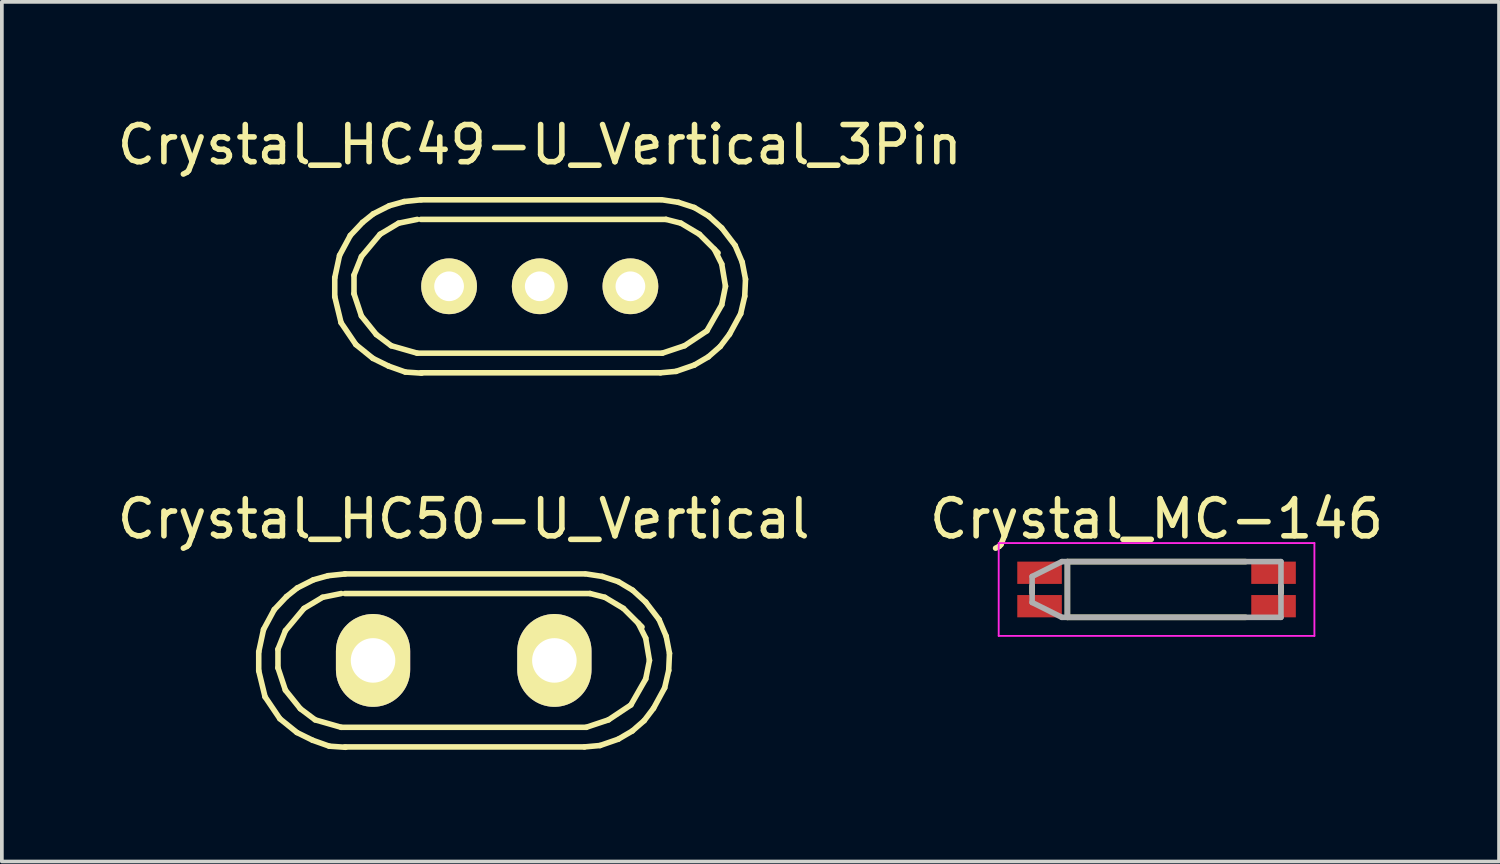
<source format=kicad_pcb>
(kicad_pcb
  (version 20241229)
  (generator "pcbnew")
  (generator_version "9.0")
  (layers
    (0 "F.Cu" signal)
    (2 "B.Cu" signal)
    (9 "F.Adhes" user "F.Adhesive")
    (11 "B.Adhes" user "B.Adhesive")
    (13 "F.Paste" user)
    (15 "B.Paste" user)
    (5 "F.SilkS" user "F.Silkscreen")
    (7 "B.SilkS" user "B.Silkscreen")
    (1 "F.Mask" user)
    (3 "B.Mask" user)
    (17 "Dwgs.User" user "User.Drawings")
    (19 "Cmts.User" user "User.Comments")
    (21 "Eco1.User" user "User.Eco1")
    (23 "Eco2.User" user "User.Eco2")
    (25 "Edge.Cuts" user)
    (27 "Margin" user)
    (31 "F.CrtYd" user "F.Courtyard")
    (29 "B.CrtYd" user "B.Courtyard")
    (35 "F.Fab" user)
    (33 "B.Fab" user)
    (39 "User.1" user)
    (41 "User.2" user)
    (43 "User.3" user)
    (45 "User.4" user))
  (footprint "Crystal_HC50-U_Vertical"
    (layer "F.Cu")
    (at 9.435 14.731)
    (property "Reference" "Crystal_HC50-U_Vertical" (at 0 -3.81 0) (layer "F.SilkS") (effects (font (size 1 1) (thickness 0.15))))
    (attr through_hole)
    (fp_line (start -5.519 -0.231) (end -5.519 0.279) (stroke (width 0.15) (type solid)) (layer "F.SilkS"))
    (fp_line (start -5.519 0.279) (end -5.349 0.98) (stroke (width 0.15) (type solid)) (layer "F.SilkS"))
    (fp_line (start -5.39 -0.831) (end -5.519 -0.231) (stroke (width 0.15) (type solid)) (layer "F.SilkS"))
    (fp_line (start -5.349 0.98) (end -4.95 1.57) (stroke (width 0.15) (type solid)) (layer "F.SilkS"))
    (fp_line (start -5.1 -1.369) (end -5.39 -0.831) (stroke (width 0.15) (type solid)) (layer "F.SilkS"))
    (fp_line (start -5.001 -0.3) (end -4.801 -0.8) (stroke (width 0.15) (type solid)) (layer "F.SilkS"))
    (fp_line (start -5.001 0.201) (end -5.001 -0.3) (stroke (width 0.15) (type solid)) (layer "F.SilkS"))
    (fp_line (start -4.95 1.57) (end -4.491 1.941) (stroke (width 0.15) (type solid)) (layer "F.SilkS"))
    (fp_line (start -4.801 -0.8) (end -4.3 -1.4) (stroke (width 0.15) (type solid)) (layer "F.SilkS"))
    (fp_line (start -4.801 0.8) (end -5.001 0.201) (stroke (width 0.15) (type solid)) (layer "F.SilkS"))
    (fp_line (start -4.77 -1.72) (end -5.1 -1.369) (stroke (width 0.15) (type solid)) (layer "F.SilkS"))
    (fp_line (start -4.491 1.941) (end -4.069 2.149) (stroke (width 0.15) (type solid)) (layer "F.SilkS"))
    (fp_line (start -4.481 -1.951) (end -4.77 -1.72) (stroke (width 0.15) (type solid)) (layer "F.SilkS"))
    (fp_line (start -4.399 1.3) (end -4.801 0.8) (stroke (width 0.15) (type solid)) (layer "F.SilkS"))
    (fp_line (start -4.3 -1.4) (end -3.8 -1.699) (stroke (width 0.15) (type solid)) (layer "F.SilkS"))
    (fp_line (start -4.069 2.149) (end -3.619 2.309) (stroke (width 0.15) (type solid)) (layer "F.SilkS"))
    (fp_line (start -4.049 -2.169) (end -4.481 -1.951) (stroke (width 0.15) (type solid)) (layer "F.SilkS"))
    (fp_line (start -4 1.6) (end -4.399 1.3) (stroke (width 0.15) (type solid)) (layer "F.SilkS"))
    (fp_line (start -3.8 -1.699) (end -3.299 -1.801) (stroke (width 0.15) (type solid)) (layer "F.SilkS"))
    (fp_line (start -3.65 -2.281) (end -4.049 -2.169) (stroke (width 0.15) (type solid)) (layer "F.SilkS"))
    (fp_line (start -3.619 2.309) (end -3.18 2.339) (stroke (width 0.15) (type solid)) (layer "F.SilkS"))
    (fp_line (start -3.299 1.801) (end -4 1.6) (stroke (width 0.15) (type solid)) (layer "F.SilkS"))
    (fp_line (start -3.2 -2.329) (end 3.251 -2.329) (stroke (width 0.15) (type solid)) (layer "F.SilkS"))
    (fp_line (start -3.2 -1.801) (end 3.401 -1.801) (stroke (width 0.15) (type solid)) (layer "F.SilkS"))
    (fp_line (start -3.2 2.329) (end 3.251 2.329) (stroke (width 0.15) (type solid)) (layer "F.SilkS"))
    (fp_line (start -3.19 -2.329) (end -3.65 -2.281) (stroke (width 0.15) (type solid)) (layer "F.SilkS"))
    (fp_line (start 3.251 2.329) (end 3.67 2.291) (stroke (width 0.15) (type solid)) (layer "F.SilkS"))
    (fp_line (start 3.299 1.801) (end -3.299 1.801) (stroke (width 0.15) (type solid)) (layer "F.SilkS"))
    (fp_line (start 3.401 -1.801) (end 3.8 -1.699) (stroke (width 0.15) (type solid)) (layer "F.SilkS"))
    (fp_line (start 3.67 2.291) (end 4.161 2.121) (stroke (width 0.15) (type solid)) (layer "F.SilkS"))
    (fp_line (start 3.731 -2.261) (end 3.289 -2.329) (stroke (width 0.15) (type solid)) (layer "F.SilkS"))
    (fp_line (start 3.8 -1.699) (end 4.3 -1.4) (stroke (width 0.15) (type solid)) (layer "F.SilkS"))
    (fp_line (start 3.899 1.6) (end 3.299 1.801) (stroke (width 0.15) (type solid)) (layer "F.SilkS"))
    (fp_line (start 4.161 -2.121) (end 3.731 -2.261) (stroke (width 0.15) (type solid)) (layer "F.SilkS"))
    (fp_line (start 4.161 2.121) (end 4.539 1.9) (stroke (width 0.15) (type solid)) (layer "F.SilkS"))
    (fp_line (start 4.3 -1.4) (end 4.801 -0.899) (stroke (width 0.15) (type solid)) (layer "F.SilkS"))
    (fp_line (start 4.501 1.199) (end 3.899 1.6) (stroke (width 0.15) (type solid)) (layer "F.SilkS"))
    (fp_line (start 4.539 1.9) (end 4.859 1.621) (stroke (width 0.15) (type solid)) (layer "F.SilkS"))
    (fp_line (start 4.549 -1.89) (end 4.161 -2.121) (stroke (width 0.15) (type solid)) (layer "F.SilkS"))
    (fp_line (start 4.699 -1.001) (end 4.9 -0.599) (stroke (width 0.15) (type solid)) (layer "F.SilkS"))
    (fp_line (start 4.859 1.621) (end 5.11 1.29) (stroke (width 0.15) (type solid)) (layer "F.SilkS"))
    (fp_line (start 4.9 -1.57) (end 4.549 -1.89) (stroke (width 0.15) (type solid)) (layer "F.SilkS"))
    (fp_line (start 4.9 -0.599) (end 5.001 0) (stroke (width 0.15) (type solid)) (layer "F.SilkS"))
    (fp_line (start 4.9 0.5) (end 4.501 1.199) (stroke (width 0.15) (type solid)) (layer "F.SilkS"))
    (fp_line (start 5.001 0) (end 4.9 0.5) (stroke (width 0.15) (type solid)) (layer "F.SilkS"))
    (fp_line (start 5.11 1.29) (end 5.41 0.739) (stroke (width 0.15) (type solid)) (layer "F.SilkS"))
    (fp_line (start 5.26 -1.1) (end 4.9 -1.57) (stroke (width 0.15) (type solid)) (layer "F.SilkS"))
    (fp_line (start 5.41 0.739) (end 5.519 0.269) (stroke (width 0.15) (type solid)) (layer "F.SilkS"))
    (fp_line (start 5.451 -0.65) (end 5.26 -1.1) (stroke (width 0.15) (type solid)) (layer "F.SilkS"))
    (fp_line (start 5.519 0.269) (end 5.54 -0.191) (stroke (width 0.15) (type solid)) (layer "F.SilkS"))
    (fp_line (start 5.54 -0.191) (end 5.451 -0.65) (stroke (width 0.15) (type solid)) (layer "F.SilkS"))
    (pad "1" thru_hole oval (at -2.441 0) (size 1.999 2.499) (drill 1.199) (layers "*.Cu" "*.Mask" "F.SilkS"))
    (pad "2" thru_hole oval (at 2.441 0) (size 1.999 2.499) (drill 1.199) (layers "*.Cu" "*.Mask" "F.SilkS")))
  (footprint "Crystal_HC49-U_Vertical_3Pin"
    (layer "F.Cu")
    (at 11.482 4.658)
    (property "Reference" "Crystal_HC49-U_Vertical_3Pin" (at 0 -3.81 0) (layer "F.SilkS") (effects (font (size 1 1) (thickness 0.15))))
    (attr through_hole)
    (fp_line (start -5.519 -0.231) (end -5.519 0.279) (stroke (width 0.15) (type solid)) (layer "F.SilkS"))
    (fp_line (start -5.519 0.279) (end -5.349 0.98) (stroke (width 0.15) (type solid)) (layer "F.SilkS"))
    (fp_line (start -5.39 -0.831) (end -5.519 -0.231) (stroke (width 0.15) (type solid)) (layer "F.SilkS"))
    (fp_line (start -5.349 0.98) (end -4.95 1.57) (stroke (width 0.15) (type solid)) (layer "F.SilkS"))
    (fp_line (start -5.1 -1.369) (end -5.39 -0.831) (stroke (width 0.15) (type solid)) (layer "F.SilkS"))
    (fp_line (start -5.001 -0.3) (end -4.801 -0.8) (stroke (width 0.15) (type solid)) (layer "F.SilkS"))
    (fp_line (start -5.001 0.201) (end -5.001 -0.3) (stroke (width 0.15) (type solid)) (layer "F.SilkS"))
    (fp_line (start -4.95 1.57) (end -4.491 1.941) (stroke (width 0.15) (type solid)) (layer "F.SilkS"))
    (fp_line (start -4.801 -0.8) (end -4.3 -1.4) (stroke (width 0.15) (type solid)) (layer "F.SilkS"))
    (fp_line (start -4.801 0.8) (end -5.001 0.201) (stroke (width 0.15) (type solid)) (layer "F.SilkS"))
    (fp_line (start -4.77 -1.72) (end -5.1 -1.369) (stroke (width 0.15) (type solid)) (layer "F.SilkS"))
    (fp_line (start -4.491 1.941) (end -4.069 2.149) (stroke (width 0.15) (type solid)) (layer "F.SilkS"))
    (fp_line (start -4.481 -1.951) (end -4.77 -1.72) (stroke (width 0.15) (type solid)) (layer "F.SilkS"))
    (fp_line (start -4.399 1.3) (end -4.801 0.8) (stroke (width 0.15) (type solid)) (layer "F.SilkS"))
    (fp_line (start -4.3 -1.4) (end -3.8 -1.699) (stroke (width 0.15) (type solid)) (layer "F.SilkS"))
    (fp_line (start -4.069 2.149) (end -3.619 2.309) (stroke (width 0.15) (type solid)) (layer "F.SilkS"))
    (fp_line (start -4.049 -2.169) (end -4.481 -1.951) (stroke (width 0.15) (type solid)) (layer "F.SilkS"))
    (fp_line (start -4 1.6) (end -4.399 1.3) (stroke (width 0.15) (type solid)) (layer "F.SilkS"))
    (fp_line (start -3.8 -1.699) (end -3.299 -1.801) (stroke (width 0.15) (type solid)) (layer "F.SilkS"))
    (fp_line (start -3.65 -2.281) (end -4.049 -2.169) (stroke (width 0.15) (type solid)) (layer "F.SilkS"))
    (fp_line (start -3.619 2.309) (end -3.18 2.339) (stroke (width 0.15) (type solid)) (layer "F.SilkS"))
    (fp_line (start -3.299 1.801) (end -4 1.6) (stroke (width 0.15) (type solid)) (layer "F.SilkS"))
    (fp_line (start -3.2 -2.329) (end 3.251 -2.329) (stroke (width 0.15) (type solid)) (layer "F.SilkS"))
    (fp_line (start -3.2 -1.801) (end 3.401 -1.801) (stroke (width 0.15) (type solid)) (layer "F.SilkS"))
    (fp_line (start -3.2 2.329) (end 3.251 2.329) (stroke (width 0.15) (type solid)) (layer "F.SilkS"))
    (fp_line (start -3.19 -2.329) (end -3.65 -2.281) (stroke (width 0.15) (type solid)) (layer "F.SilkS"))
    (fp_line (start 3.251 2.329) (end 3.67 2.291) (stroke (width 0.15) (type solid)) (layer "F.SilkS"))
    (fp_line (start 3.299 1.801) (end -3.299 1.801) (stroke (width 0.15) (type solid)) (layer "F.SilkS"))
    (fp_line (start 3.401 -1.801) (end 3.8 -1.699) (stroke (width 0.15) (type solid)) (layer "F.SilkS"))
    (fp_line (start 3.67 2.291) (end 4.161 2.121) (stroke (width 0.15) (type solid)) (layer "F.SilkS"))
    (fp_line (start 3.731 -2.261) (end 3.289 -2.329) (stroke (width 0.15) (type solid)) (layer "F.SilkS"))
    (fp_line (start 3.8 -1.699) (end 4.3 -1.4) (stroke (width 0.15) (type solid)) (layer "F.SilkS"))
    (fp_line (start 3.899 1.6) (end 3.299 1.801) (stroke (width 0.15) (type solid)) (layer "F.SilkS"))
    (fp_line (start 4.161 -2.121) (end 3.731 -2.261) (stroke (width 0.15) (type solid)) (layer "F.SilkS"))
    (fp_line (start 4.161 2.121) (end 4.539 1.9) (stroke (width 0.15) (type solid)) (layer "F.SilkS"))
    (fp_line (start 4.3 -1.4) (end 4.801 -0.899) (stroke (width 0.15) (type solid)) (layer "F.SilkS"))
    (fp_line (start 4.501 1.199) (end 3.899 1.6) (stroke (width 0.15) (type solid)) (layer "F.SilkS"))
    (fp_line (start 4.539 1.9) (end 4.859 1.621) (stroke (width 0.15) (type solid)) (layer "F.SilkS"))
    (fp_line (start 4.549 -1.89) (end 4.161 -2.121) (stroke (width 0.15) (type solid)) (layer "F.SilkS"))
    (fp_line (start 4.699 -1.001) (end 4.9 -0.599) (stroke (width 0.15) (type solid)) (layer "F.SilkS"))
    (fp_line (start 4.859 1.621) (end 5.11 1.29) (stroke (width 0.15) (type solid)) (layer "F.SilkS"))
    (fp_line (start 4.9 -1.57) (end 4.549 -1.89) (stroke (width 0.15) (type solid)) (layer "F.SilkS"))
    (fp_line (start 4.9 -0.599) (end 5.001 0) (stroke (width 0.15) (type solid)) (layer "F.SilkS"))
    (fp_line (start 4.9 0.5) (end 4.501 1.199) (stroke (width 0.15) (type solid)) (layer "F.SilkS"))
    (fp_line (start 5.001 0) (end 4.9 0.5) (stroke (width 0.15) (type solid)) (layer "F.SilkS"))
    (fp_line (start 5.11 1.29) (end 5.41 0.739) (stroke (width 0.15) (type solid)) (layer "F.SilkS"))
    (fp_line (start 5.26 -1.1) (end 4.9 -1.57) (stroke (width 0.15) (type solid)) (layer "F.SilkS"))
    (fp_line (start 5.41 0.739) (end 5.519 0.269) (stroke (width 0.15) (type solid)) (layer "F.SilkS"))
    (fp_line (start 5.451 -0.65) (end 5.26 -1.1) (stroke (width 0.15) (type solid)) (layer "F.SilkS"))
    (fp_line (start 5.519 0.269) (end 5.54 -0.191) (stroke (width 0.15) (type solid)) (layer "F.SilkS"))
    (fp_line (start 5.54 -0.191) (end 5.451 -0.65) (stroke (width 0.15) (type solid)) (layer "F.SilkS"))
    (pad "1" thru_hole circle (at -2.441 0) (size 1.501 1.501) (drill 0.8) (layers "*.Cu" "*.Mask" "F.SilkS"))
    (pad "2" thru_hole circle (at 2.441 0) (size 1.501 1.501) (drill 0.8) (layers "*.Cu" "*.Mask" "F.SilkS"))
    (pad "3" thru_hole circle (at 0 0) (size 1.501 1.501) (drill 0.8) (layers "*.Cu" "*.Mask" "F.SilkS")))
  (footprint "Crystal_MC-146"
    (layer "F.Cu")
    (at 28.089 12.821)
    (property "Reference" "Crystal_MC-146" (at 0 -1.9 180) (layer "F.SilkS") (effects (font (size 1 1) (thickness 0.15))))
    (attr smd)
    (fp_line (start -3.35 -0.1) (end -3.35 0.1) (stroke (width 0.15) (type solid)) (layer "F.SilkS"))
    (fp_line (start -2.4 -0.75) (end -2.4 0.75) (stroke (width 0.15) (type solid)) (layer "F.SilkS"))
    (fp_line (start -2.4 -0.75) (end 2.4 -0.75) (stroke (width 0.15) (type solid)) (layer "F.SilkS"))
    (fp_line (start -2.4 0.75) (end 2.4 0.75) (stroke (width 0.15) (type solid)) (layer "F.SilkS"))
    (fp_line (start 3.35 -0.1) (end 3.35 0.1) (stroke (width 0.15) (type solid)) (layer "F.SilkS"))
    (fp_line (start -4.25 -1.25) (end -4.25 1.25) (stroke (width 0.05) (type solid)) (layer "F.CrtYd"))
    (fp_line (start -4.25 1.25) (end 4.25 1.25) (stroke (width 0.05) (type solid)) (layer "F.CrtYd"))
    (fp_line (start 4.25 -1.25) (end -4.25 -1.25) (stroke (width 0.05) (type solid)) (layer "F.CrtYd"))
    (fp_line (start 4.25 1.25) (end 4.25 -1.25) (stroke (width 0.05) (type solid)) (layer "F.CrtYd"))
    (fp_line (start -3.35 -0.35) (end -2.55 -0.75) (stroke (width 0.15) (type solid)) (layer "F.Fab"))
    (fp_line (start -3.35 0.35) (end -3.35 -0.35) (stroke (width 0.15) (type solid)) (layer "F.Fab"))
    (fp_line (start -3.35 0.35) (end -2.55 0.75) (stroke (width 0.15) (type solid)) (layer "F.Fab"))
    (fp_line (start -2.55 0.75) (end 3.35 0.75) (stroke (width 0.15) (type solid)) (layer "F.Fab"))
    (fp_line (start -2.4 -0.75) (end -2.4 0.75) (stroke (width 0.15) (type solid)) (layer "F.Fab"))
    (fp_line (start 3.35 -0.75) (end -2.55 -0.75) (stroke (width 0.15) (type solid)) (layer "F.Fab"))
    (fp_line (start 3.35 -0.75) (end 3.35 0.75) (stroke (width 0.15) (type solid)) (layer "F.Fab"))
    (pad "" smd rect (at 3.15 -0.45) (size 1.2 0.6) (layers "F.Cu" "F.Mask" "F.Paste"))
    (pad "" smd rect (at 3.15 0.45) (size 1.2 0.6) (layers "F.Cu" "F.Mask" "F.Paste"))
    (pad "1" smd rect (at -3.15 0.45) (size 1.2 0.6) (layers "F.Cu" "F.Mask" "F.Paste"))
    (pad "2" smd rect (at -3.15 -0.45) (size 1.2 0.6) (layers "F.Cu" "F.Mask" "F.Paste")))
  (gr_rect
    (start -3 -3)
    (end 37.31 20.145)
    (stroke (width 0.1) (type default))
    (fill no)
    (layer "Edge.Cuts")))
</source>
